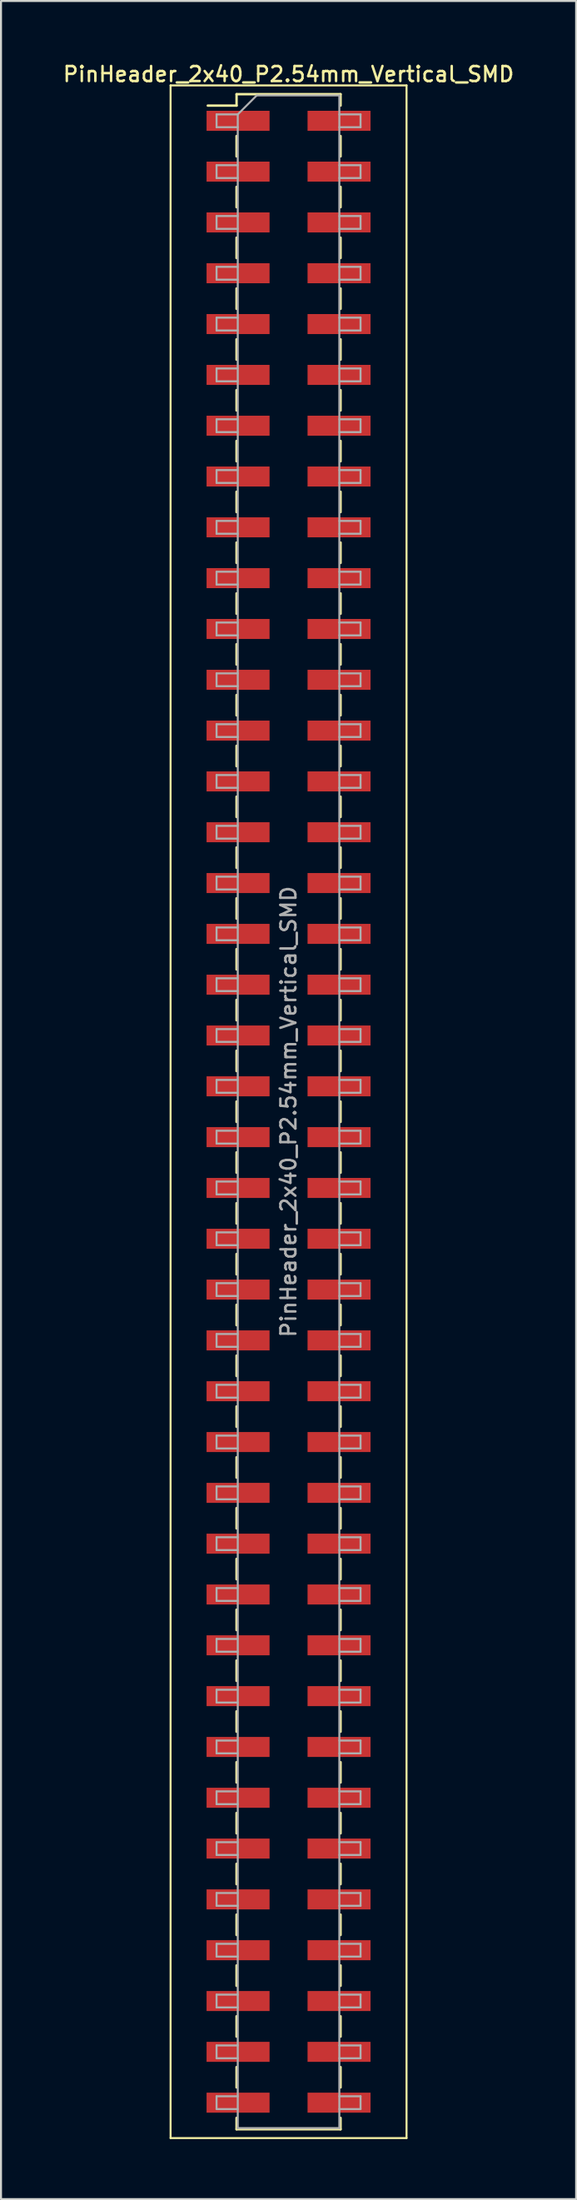
<source format=kicad_pcb>
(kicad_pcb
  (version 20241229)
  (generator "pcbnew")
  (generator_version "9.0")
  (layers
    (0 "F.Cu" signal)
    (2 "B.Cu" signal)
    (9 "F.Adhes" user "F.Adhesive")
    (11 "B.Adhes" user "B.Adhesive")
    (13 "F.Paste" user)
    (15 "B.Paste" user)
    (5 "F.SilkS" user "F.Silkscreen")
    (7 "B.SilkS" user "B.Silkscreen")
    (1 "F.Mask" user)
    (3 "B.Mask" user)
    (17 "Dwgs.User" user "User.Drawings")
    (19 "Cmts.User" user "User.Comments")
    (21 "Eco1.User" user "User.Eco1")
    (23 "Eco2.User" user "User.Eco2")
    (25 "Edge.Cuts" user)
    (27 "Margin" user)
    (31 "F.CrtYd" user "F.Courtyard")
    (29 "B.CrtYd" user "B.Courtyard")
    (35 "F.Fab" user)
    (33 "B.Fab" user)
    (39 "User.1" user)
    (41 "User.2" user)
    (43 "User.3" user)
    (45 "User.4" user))
  (footprint "PinHeader_2x40_P2.54mm_Vertical_SMD"
    (layer "F.Cu")
    (at 11.38 52.518)
    (property "Reference" "PinHeader_2x40_P2.54mm_Vertical_SMD" (at 0 -51.86 0) (layer "F.SilkS") (effects (font (size 0.75 0.75) (thickness 0.125))))
    (attr smd)
    (fp_line (start -5.9 -51.3) (end -5.9 51.3) (stroke (width 0.1) (type solid)) (layer "F.SilkS"))
    (fp_line (start -5.9 51.3) (end 5.9 51.3) (stroke (width 0.1) (type solid)) (layer "F.SilkS"))
    (fp_line (start -4.04 -50.29) (end -2.6 -50.29) (stroke (width 0.12) (type solid)) (layer "F.SilkS"))
    (fp_line (start -2.6 -50.86) (end -2.6 -50.29) (stroke (width 0.12) (type solid)) (layer "F.SilkS"))
    (fp_line (start -2.6 -50.86) (end 2.6 -50.86) (stroke (width 0.12) (type solid)) (layer "F.SilkS"))
    (fp_line (start -2.6 -48.77) (end -2.6 -47.75) (stroke (width 0.12) (type solid)) (layer "F.SilkS"))
    (fp_line (start -2.6 -46.23) (end -2.6 -45.21) (stroke (width 0.12) (type solid)) (layer "F.SilkS"))
    (fp_line (start -2.6 -43.69) (end -2.6 -42.67) (stroke (width 0.12) (type solid)) (layer "F.SilkS"))
    (fp_line (start -2.6 -41.15) (end -2.6 -40.13) (stroke (width 0.12) (type solid)) (layer "F.SilkS"))
    (fp_line (start -2.6 -38.61) (end -2.6 -37.59) (stroke (width 0.12) (type solid)) (layer "F.SilkS"))
    (fp_line (start -2.6 -36.07) (end -2.6 -35.05) (stroke (width 0.12) (type solid)) (layer "F.SilkS"))
    (fp_line (start -2.6 -33.53) (end -2.6 -32.51) (stroke (width 0.12) (type solid)) (layer "F.SilkS"))
    (fp_line (start -2.6 -30.99) (end -2.6 -29.97) (stroke (width 0.12) (type solid)) (layer "F.SilkS"))
    (fp_line (start -2.6 -28.45) (end -2.6 -27.43) (stroke (width 0.12) (type solid)) (layer "F.SilkS"))
    (fp_line (start -2.6 -25.91) (end -2.6 -24.89) (stroke (width 0.12) (type solid)) (layer "F.SilkS"))
    (fp_line (start -2.6 -23.37) (end -2.6 -22.35) (stroke (width 0.12) (type solid)) (layer "F.SilkS"))
    (fp_line (start -2.6 -20.83) (end -2.6 -19.81) (stroke (width 0.12) (type solid)) (layer "F.SilkS"))
    (fp_line (start -2.6 -18.29) (end -2.6 -17.27) (stroke (width 0.12) (type solid)) (layer "F.SilkS"))
    (fp_line (start -2.6 -15.75) (end -2.6 -14.73) (stroke (width 0.12) (type solid)) (layer "F.SilkS"))
    (fp_line (start -2.6 -13.21) (end -2.6 -12.19) (stroke (width 0.12) (type solid)) (layer "F.SilkS"))
    (fp_line (start -2.6 -10.67) (end -2.6 -9.65) (stroke (width 0.12) (type solid)) (layer "F.SilkS"))
    (fp_line (start -2.6 -8.13) (end -2.6 -7.11) (stroke (width 0.12) (type solid)) (layer "F.SilkS"))
    (fp_line (start -2.6 -5.59) (end -2.6 -4.57) (stroke (width 0.12) (type solid)) (layer "F.SilkS"))
    (fp_line (start -2.6 -3.05) (end -2.6 -2.03) (stroke (width 0.12) (type solid)) (layer "F.SilkS"))
    (fp_line (start -2.6 -0.51) (end -2.6 0.51) (stroke (width 0.12) (type solid)) (layer "F.SilkS"))
    (fp_line (start -2.6 2.03) (end -2.6 3.05) (stroke (width 0.12) (type solid)) (layer "F.SilkS"))
    (fp_line (start -2.6 4.57) (end -2.6 5.59) (stroke (width 0.12) (type solid)) (layer "F.SilkS"))
    (fp_line (start -2.6 7.11) (end -2.6 8.13) (stroke (width 0.12) (type solid)) (layer "F.SilkS"))
    (fp_line (start -2.6 9.65) (end -2.6 10.67) (stroke (width 0.12) (type solid)) (layer "F.SilkS"))
    (fp_line (start -2.6 12.19) (end -2.6 13.21) (stroke (width 0.12) (type solid)) (layer "F.SilkS"))
    (fp_line (start -2.6 14.73) (end -2.6 15.75) (stroke (width 0.12) (type solid)) (layer "F.SilkS"))
    (fp_line (start -2.6 17.27) (end -2.6 18.29) (stroke (width 0.12) (type solid)) (layer "F.SilkS"))
    (fp_line (start -2.6 19.81) (end -2.6 20.83) (stroke (width 0.12) (type solid)) (layer "F.SilkS"))
    (fp_line (start -2.6 22.35) (end -2.6 23.37) (stroke (width 0.12) (type solid)) (layer "F.SilkS"))
    (fp_line (start -2.6 24.89) (end -2.6 25.91) (stroke (width 0.12) (type solid)) (layer "F.SilkS"))
    (fp_line (start -2.6 27.43) (end -2.6 28.45) (stroke (width 0.12) (type solid)) (layer "F.SilkS"))
    (fp_line (start -2.6 29.97) (end -2.6 30.99) (stroke (width 0.12) (type solid)) (layer "F.SilkS"))
    (fp_line (start -2.6 32.51) (end -2.6 33.53) (stroke (width 0.12) (type solid)) (layer "F.SilkS"))
    (fp_line (start -2.6 35.05) (end -2.6 36.07) (stroke (width 0.12) (type solid)) (layer "F.SilkS"))
    (fp_line (start -2.6 37.59) (end -2.6 38.61) (stroke (width 0.12) (type solid)) (layer "F.SilkS"))
    (fp_line (start -2.6 40.13) (end -2.6 41.15) (stroke (width 0.12) (type solid)) (layer "F.SilkS"))
    (fp_line (start -2.6 42.67) (end -2.6 43.69) (stroke (width 0.12) (type solid)) (layer "F.SilkS"))
    (fp_line (start -2.6 45.21) (end -2.6 46.23) (stroke (width 0.12) (type solid)) (layer "F.SilkS"))
    (fp_line (start -2.6 47.75) (end -2.6 48.77) (stroke (width 0.12) (type solid)) (layer "F.SilkS"))
    (fp_line (start -2.6 50.29) (end -2.6 50.86) (stroke (width 0.12) (type solid)) (layer "F.SilkS"))
    (fp_line (start -2.6 50.86) (end 2.6 50.86) (stroke (width 0.12) (type solid)) (layer "F.SilkS"))
    (fp_line (start 2.6 -50.86) (end 2.6 -50.29) (stroke (width 0.12) (type solid)) (layer "F.SilkS"))
    (fp_line (start 2.6 -48.77) (end 2.6 -47.75) (stroke (width 0.12) (type solid)) (layer "F.SilkS"))
    (fp_line (start 2.6 -46.23) (end 2.6 -45.21) (stroke (width 0.12) (type solid)) (layer "F.SilkS"))
    (fp_line (start 2.6 -43.69) (end 2.6 -42.67) (stroke (width 0.12) (type solid)) (layer "F.SilkS"))
    (fp_line (start 2.6 -41.15) (end 2.6 -40.13) (stroke (width 0.12) (type solid)) (layer "F.SilkS"))
    (fp_line (start 2.6 -38.61) (end 2.6 -37.59) (stroke (width 0.12) (type solid)) (layer "F.SilkS"))
    (fp_line (start 2.6 -36.07) (end 2.6 -35.05) (stroke (width 0.12) (type solid)) (layer "F.SilkS"))
    (fp_line (start 2.6 -33.53) (end 2.6 -32.51) (stroke (width 0.12) (type solid)) (layer "F.SilkS"))
    (fp_line (start 2.6 -30.99) (end 2.6 -29.97) (stroke (width 0.12) (type solid)) (layer "F.SilkS"))
    (fp_line (start 2.6 -28.45) (end 2.6 -27.43) (stroke (width 0.12) (type solid)) (layer "F.SilkS"))
    (fp_line (start 2.6 -25.91) (end 2.6 -24.89) (stroke (width 0.12) (type solid)) (layer "F.SilkS"))
    (fp_line (start 2.6 -23.37) (end 2.6 -22.35) (stroke (width 0.12) (type solid)) (layer "F.SilkS"))
    (fp_line (start 2.6 -20.83) (end 2.6 -19.81) (stroke (width 0.12) (type solid)) (layer "F.SilkS"))
    (fp_line (start 2.6 -18.29) (end 2.6 -17.27) (stroke (width 0.12) (type solid)) (layer "F.SilkS"))
    (fp_line (start 2.6 -15.75) (end 2.6 -14.73) (stroke (width 0.12) (type solid)) (layer "F.SilkS"))
    (fp_line (start 2.6 -13.21) (end 2.6 -12.19) (stroke (width 0.12) (type solid)) (layer "F.SilkS"))
    (fp_line (start 2.6 -10.67) (end 2.6 -9.65) (stroke (width 0.12) (type solid)) (layer "F.SilkS"))
    (fp_line (start 2.6 -8.13) (end 2.6 -7.11) (stroke (width 0.12) (type solid)) (layer "F.SilkS"))
    (fp_line (start 2.6 -5.59) (end 2.6 -4.57) (stroke (width 0.12) (type solid)) (layer "F.SilkS"))
    (fp_line (start 2.6 -3.05) (end 2.6 -2.03) (stroke (width 0.12) (type solid)) (layer "F.SilkS"))
    (fp_line (start 2.6 -0.51) (end 2.6 0.51) (stroke (width 0.12) (type solid)) (layer "F.SilkS"))
    (fp_line (start 2.6 2.03) (end 2.6 3.05) (stroke (width 0.12) (type solid)) (layer "F.SilkS"))
    (fp_line (start 2.6 4.57) (end 2.6 5.59) (stroke (width 0.12) (type solid)) (layer "F.SilkS"))
    (fp_line (start 2.6 7.11) (end 2.6 8.13) (stroke (width 0.12) (type solid)) (layer "F.SilkS"))
    (fp_line (start 2.6 9.65) (end 2.6 10.67) (stroke (width 0.12) (type solid)) (layer "F.SilkS"))
    (fp_line (start 2.6 12.19) (end 2.6 13.21) (stroke (width 0.12) (type solid)) (layer "F.SilkS"))
    (fp_line (start 2.6 14.73) (end 2.6 15.75) (stroke (width 0.12) (type solid)) (layer "F.SilkS"))
    (fp_line (start 2.6 17.27) (end 2.6 18.29) (stroke (width 0.12) (type solid)) (layer "F.SilkS"))
    (fp_line (start 2.6 19.81) (end 2.6 20.83) (stroke (width 0.12) (type solid)) (layer "F.SilkS"))
    (fp_line (start 2.6 22.35) (end 2.6 23.37) (stroke (width 0.12) (type solid)) (layer "F.SilkS"))
    (fp_line (start 2.6 24.89) (end 2.6 25.91) (stroke (width 0.12) (type solid)) (layer "F.SilkS"))
    (fp_line (start 2.6 27.43) (end 2.6 28.45) (stroke (width 0.12) (type solid)) (layer "F.SilkS"))
    (fp_line (start 2.6 29.97) (end 2.6 30.99) (stroke (width 0.12) (type solid)) (layer "F.SilkS"))
    (fp_line (start 2.6 32.51) (end 2.6 33.53) (stroke (width 0.12) (type solid)) (layer "F.SilkS"))
    (fp_line (start 2.6 35.05) (end 2.6 36.07) (stroke (width 0.12) (type solid)) (layer "F.SilkS"))
    (fp_line (start 2.6 37.59) (end 2.6 38.61) (stroke (width 0.12) (type solid)) (layer "F.SilkS"))
    (fp_line (start 2.6 40.13) (end 2.6 41.15) (stroke (width 0.12) (type solid)) (layer "F.SilkS"))
    (fp_line (start 2.6 42.67) (end 2.6 43.69) (stroke (width 0.12) (type solid)) (layer "F.SilkS"))
    (fp_line (start 2.6 45.21) (end 2.6 46.23) (stroke (width 0.12) (type solid)) (layer "F.SilkS"))
    (fp_line (start 2.6 47.75) (end 2.6 48.77) (stroke (width 0.12) (type solid)) (layer "F.SilkS"))
    (fp_line (start 2.6 50.29) (end 2.6 50.86) (stroke (width 0.12) (type solid)) (layer "F.SilkS"))
    (fp_line (start 5.9 -51.3) (end -5.9 -51.3) (stroke (width 0.1) (type solid)) (layer "F.SilkS"))
    (fp_line (start 5.9 51.3) (end 5.9 -51.3) (stroke (width 0.1) (type solid)) (layer "F.SilkS"))
    (fp_line (start -3.6 -49.85) (end -3.6 -49.21) (stroke (width 0.1) (type solid)) (layer "F.Fab"))
    (fp_line (start -3.6 -49.21) (end -2.54 -49.21) (stroke (width 0.1) (type solid)) (layer "F.Fab"))
    (fp_line (start -3.6 -47.31) (end -3.6 -46.67) (stroke (width 0.1) (type solid)) (layer "F.Fab"))
    (fp_line (start -3.6 -46.67) (end -2.54 -46.67) (stroke (width 0.1) (type solid)) (layer "F.Fab"))
    (fp_line (start -3.6 -44.77) (end -3.6 -44.13) (stroke (width 0.1) (type solid)) (layer "F.Fab"))
    (fp_line (start -3.6 -44.13) (end -2.54 -44.13) (stroke (width 0.1) (type solid)) (layer "F.Fab"))
    (fp_line (start -3.6 -42.23) (end -3.6 -41.59) (stroke (width 0.1) (type solid)) (layer "F.Fab"))
    (fp_line (start -3.6 -41.59) (end -2.54 -41.59) (stroke (width 0.1) (type solid)) (layer "F.Fab"))
    (fp_line (start -3.6 -39.69) (end -3.6 -39.05) (stroke (width 0.1) (type solid)) (layer "F.Fab"))
    (fp_line (start -3.6 -39.05) (end -2.54 -39.05) (stroke (width 0.1) (type solid)) (layer "F.Fab"))
    (fp_line (start -3.6 -37.15) (end -3.6 -36.51) (stroke (width 0.1) (type solid)) (layer "F.Fab"))
    (fp_line (start -3.6 -36.51) (end -2.54 -36.51) (stroke (width 0.1) (type solid)) (layer "F.Fab"))
    (fp_line (start -3.6 -34.61) (end -3.6 -33.97) (stroke (width 0.1) (type solid)) (layer "F.Fab"))
    (fp_line (start -3.6 -33.97) (end -2.54 -33.97) (stroke (width 0.1) (type solid)) (layer "F.Fab"))
    (fp_line (start -3.6 -32.07) (end -3.6 -31.43) (stroke (width 0.1) (type solid)) (layer "F.Fab"))
    (fp_line (start -3.6 -31.43) (end -2.54 -31.43) (stroke (width 0.1) (type solid)) (layer "F.Fab"))
    (fp_line (start -3.6 -29.53) (end -3.6 -28.89) (stroke (width 0.1) (type solid)) (layer "F.Fab"))
    (fp_line (start -3.6 -28.89) (end -2.54 -28.89) (stroke (width 0.1) (type solid)) (layer "F.Fab"))
    (fp_line (start -3.6 -26.99) (end -3.6 -26.35) (stroke (width 0.1) (type solid)) (layer "F.Fab"))
    (fp_line (start -3.6 -26.35) (end -2.54 -26.35) (stroke (width 0.1) (type solid)) (layer "F.Fab"))
    (fp_line (start -3.6 -24.45) (end -3.6 -23.81) (stroke (width 0.1) (type solid)) (layer "F.Fab"))
    (fp_line (start -3.6 -23.81) (end -2.54 -23.81) (stroke (width 0.1) (type solid)) (layer "F.Fab"))
    (fp_line (start -3.6 -21.91) (end -3.6 -21.27) (stroke (width 0.1) (type solid)) (layer "F.Fab"))
    (fp_line (start -3.6 -21.27) (end -2.54 -21.27) (stroke (width 0.1) (type solid)) (layer "F.Fab"))
    (fp_line (start -3.6 -19.37) (end -3.6 -18.73) (stroke (width 0.1) (type solid)) (layer "F.Fab"))
    (fp_line (start -3.6 -18.73) (end -2.54 -18.73) (stroke (width 0.1) (type solid)) (layer "F.Fab"))
    (fp_line (start -3.6 -16.83) (end -3.6 -16.19) (stroke (width 0.1) (type solid)) (layer "F.Fab"))
    (fp_line (start -3.6 -16.19) (end -2.54 -16.19) (stroke (width 0.1) (type solid)) (layer "F.Fab"))
    (fp_line (start -3.6 -14.29) (end -3.6 -13.65) (stroke (width 0.1) (type solid)) (layer "F.Fab"))
    (fp_line (start -3.6 -13.65) (end -2.54 -13.65) (stroke (width 0.1) (type solid)) (layer "F.Fab"))
    (fp_line (start -3.6 -11.75) (end -3.6 -11.11) (stroke (width 0.1) (type solid)) (layer "F.Fab"))
    (fp_line (start -3.6 -11.11) (end -2.54 -11.11) (stroke (width 0.1) (type solid)) (layer "F.Fab"))
    (fp_line (start -3.6 -9.21) (end -3.6 -8.57) (stroke (width 0.1) (type solid)) (layer "F.Fab"))
    (fp_line (start -3.6 -8.57) (end -2.54 -8.57) (stroke (width 0.1) (type solid)) (layer "F.Fab"))
    (fp_line (start -3.6 -6.67) (end -3.6 -6.03) (stroke (width 0.1) (type solid)) (layer "F.Fab"))
    (fp_line (start -3.6 -6.03) (end -2.54 -6.03) (stroke (width 0.1) (type solid)) (layer "F.Fab"))
    (fp_line (start -3.6 -4.13) (end -3.6 -3.49) (stroke (width 0.1) (type solid)) (layer "F.Fab"))
    (fp_line (start -3.6 -3.49) (end -2.54 -3.49) (stroke (width 0.1) (type solid)) (layer "F.Fab"))
    (fp_line (start -3.6 -1.59) (end -3.6 -0.95) (stroke (width 0.1) (type solid)) (layer "F.Fab"))
    (fp_line (start -3.6 -0.95) (end -2.54 -0.95) (stroke (width 0.1) (type solid)) (layer "F.Fab"))
    (fp_line (start -3.6 0.95) (end -3.6 1.59) (stroke (width 0.1) (type solid)) (layer "F.Fab"))
    (fp_line (start -3.6 1.59) (end -2.54 1.59) (stroke (width 0.1) (type solid)) (layer "F.Fab"))
    (fp_line (start -3.6 3.49) (end -3.6 4.13) (stroke (width 0.1) (type solid)) (layer "F.Fab"))
    (fp_line (start -3.6 4.13) (end -2.54 4.13) (stroke (width 0.1) (type solid)) (layer "F.Fab"))
    (fp_line (start -3.6 6.03) (end -3.6 6.67) (stroke (width 0.1) (type solid)) (layer "F.Fab"))
    (fp_line (start -3.6 6.67) (end -2.54 6.67) (stroke (width 0.1) (type solid)) (layer "F.Fab"))
    (fp_line (start -3.6 8.57) (end -3.6 9.21) (stroke (width 0.1) (type solid)) (layer "F.Fab"))
    (fp_line (start -3.6 9.21) (end -2.54 9.21) (stroke (width 0.1) (type solid)) (layer "F.Fab"))
    (fp_line (start -3.6 11.11) (end -3.6 11.75) (stroke (width 0.1) (type solid)) (layer "F.Fab"))
    (fp_line (start -3.6 11.75) (end -2.54 11.75) (stroke (width 0.1) (type solid)) (layer "F.Fab"))
    (fp_line (start -3.6 13.65) (end -3.6 14.29) (stroke (width 0.1) (type solid)) (layer "F.Fab"))
    (fp_line (start -3.6 14.29) (end -2.54 14.29) (stroke (width 0.1) (type solid)) (layer "F.Fab"))
    (fp_line (start -3.6 16.19) (end -3.6 16.83) (stroke (width 0.1) (type solid)) (layer "F.Fab"))
    (fp_line (start -3.6 16.83) (end -2.54 16.83) (stroke (width 0.1) (type solid)) (layer "F.Fab"))
    (fp_line (start -3.6 18.73) (end -3.6 19.37) (stroke (width 0.1) (type solid)) (layer "F.Fab"))
    (fp_line (start -3.6 19.37) (end -2.54 19.37) (stroke (width 0.1) (type solid)) (layer "F.Fab"))
    (fp_line (start -3.6 21.27) (end -3.6 21.91) (stroke (width 0.1) (type solid)) (layer "F.Fab"))
    (fp_line (start -3.6 21.91) (end -2.54 21.91) (stroke (width 0.1) (type solid)) (layer "F.Fab"))
    (fp_line (start -3.6 23.81) (end -3.6 24.45) (stroke (width 0.1) (type solid)) (layer "F.Fab"))
    (fp_line (start -3.6 24.45) (end -2.54 24.45) (stroke (width 0.1) (type solid)) (layer "F.Fab"))
    (fp_line (start -3.6 26.35) (end -3.6 26.99) (stroke (width 0.1) (type solid)) (layer "F.Fab"))
    (fp_line (start -3.6 26.99) (end -2.54 26.99) (stroke (width 0.1) (type solid)) (layer "F.Fab"))
    (fp_line (start -3.6 28.89) (end -3.6 29.53) (stroke (width 0.1) (type solid)) (layer "F.Fab"))
    (fp_line (start -3.6 29.53) (end -2.54 29.53) (stroke (width 0.1) (type solid)) (layer "F.Fab"))
    (fp_line (start -3.6 31.43) (end -3.6 32.07) (stroke (width 0.1) (type solid)) (layer "F.Fab"))
    (fp_line (start -3.6 32.07) (end -2.54 32.07) (stroke (width 0.1) (type solid)) (layer "F.Fab"))
    (fp_line (start -3.6 33.97) (end -3.6 34.61) (stroke (width 0.1) (type solid)) (layer "F.Fab"))
    (fp_line (start -3.6 34.61) (end -2.54 34.61) (stroke (width 0.1) (type solid)) (layer "F.Fab"))
    (fp_line (start -3.6 36.51) (end -3.6 37.15) (stroke (width 0.1) (type solid)) (layer "F.Fab"))
    (fp_line (start -3.6 37.15) (end -2.54 37.15) (stroke (width 0.1) (type solid)) (layer "F.Fab"))
    (fp_line (start -3.6 39.05) (end -3.6 39.69) (stroke (width 0.1) (type solid)) (layer "F.Fab"))
    (fp_line (start -3.6 39.69) (end -2.54 39.69) (stroke (width 0.1) (type solid)) (layer "F.Fab"))
    (fp_line (start -3.6 41.59) (end -3.6 42.23) (stroke (width 0.1) (type solid)) (layer "F.Fab"))
    (fp_line (start -3.6 42.23) (end -2.54 42.23) (stroke (width 0.1) (type solid)) (layer "F.Fab"))
    (fp_line (start -3.6 44.13) (end -3.6 44.77) (stroke (width 0.1) (type solid)) (layer "F.Fab"))
    (fp_line (start -3.6 44.77) (end -2.54 44.77) (stroke (width 0.1) (type solid)) (layer "F.Fab"))
    (fp_line (start -3.6 46.67) (end -3.6 47.31) (stroke (width 0.1) (type solid)) (layer "F.Fab"))
    (fp_line (start -3.6 47.31) (end -2.54 47.31) (stroke (width 0.1) (type solid)) (layer "F.Fab"))
    (fp_line (start -3.6 49.21) (end -3.6 49.85) (stroke (width 0.1) (type solid)) (layer "F.Fab"))
    (fp_line (start -3.6 49.85) (end -2.54 49.85) (stroke (width 0.1) (type solid)) (layer "F.Fab"))
    (fp_line (start -2.54 -49.85) (end -3.6 -49.85) (stroke (width 0.1) (type solid)) (layer "F.Fab"))
    (fp_line (start -2.54 -49.85) (end -1.59 -50.8) (stroke (width 0.1) (type solid)) (layer "F.Fab"))
    (fp_line (start -2.54 -47.31) (end -3.6 -47.31) (stroke (width 0.1) (type solid)) (layer "F.Fab"))
    (fp_line (start -2.54 -44.77) (end -3.6 -44.77) (stroke (width 0.1) (type solid)) (layer "F.Fab"))
    (fp_line (start -2.54 -42.23) (end -3.6 -42.23) (stroke (width 0.1) (type solid)) (layer "F.Fab"))
    (fp_line (start -2.54 -39.69) (end -3.6 -39.69) (stroke (width 0.1) (type solid)) (layer "F.Fab"))
    (fp_line (start -2.54 -37.15) (end -3.6 -37.15) (stroke (width 0.1) (type solid)) (layer "F.Fab"))
    (fp_line (start -2.54 -34.61) (end -3.6 -34.61) (stroke (width 0.1) (type solid)) (layer "F.Fab"))
    (fp_line (start -2.54 -32.07) (end -3.6 -32.07) (stroke (width 0.1) (type solid)) (layer "F.Fab"))
    (fp_line (start -2.54 -29.53) (end -3.6 -29.53) (stroke (width 0.1) (type solid)) (layer "F.Fab"))
    (fp_line (start -2.54 -26.99) (end -3.6 -26.99) (stroke (width 0.1) (type solid)) (layer "F.Fab"))
    (fp_line (start -2.54 -24.45) (end -3.6 -24.45) (stroke (width 0.1) (type solid)) (layer "F.Fab"))
    (fp_line (start -2.54 -21.91) (end -3.6 -21.91) (stroke (width 0.1) (type solid)) (layer "F.Fab"))
    (fp_line (start -2.54 -19.37) (end -3.6 -19.37) (stroke (width 0.1) (type solid)) (layer "F.Fab"))
    (fp_line (start -2.54 -16.83) (end -3.6 -16.83) (stroke (width 0.1) (type solid)) (layer "F.Fab"))
    (fp_line (start -2.54 -14.29) (end -3.6 -14.29) (stroke (width 0.1) (type solid)) (layer "F.Fab"))
    (fp_line (start -2.54 -11.75) (end -3.6 -11.75) (stroke (width 0.1) (type solid)) (layer "F.Fab"))
    (fp_line (start -2.54 -9.21) (end -3.6 -9.21) (stroke (width 0.1) (type solid)) (layer "F.Fab"))
    (fp_line (start -2.54 -6.67) (end -3.6 -6.67) (stroke (width 0.1) (type solid)) (layer "F.Fab"))
    (fp_line (start -2.54 -4.13) (end -3.6 -4.13) (stroke (width 0.1) (type solid)) (layer "F.Fab"))
    (fp_line (start -2.54 -1.59) (end -3.6 -1.59) (stroke (width 0.1) (type solid)) (layer "F.Fab"))
    (fp_line (start -2.54 0.95) (end -3.6 0.95) (stroke (width 0.1) (type solid)) (layer "F.Fab"))
    (fp_line (start -2.54 3.49) (end -3.6 3.49) (stroke (width 0.1) (type solid)) (layer "F.Fab"))
    (fp_line (start -2.54 6.03) (end -3.6 6.03) (stroke (width 0.1) (type solid)) (layer "F.Fab"))
    (fp_line (start -2.54 8.57) (end -3.6 8.57) (stroke (width 0.1) (type solid)) (layer "F.Fab"))
    (fp_line (start -2.54 11.11) (end -3.6 11.11) (stroke (width 0.1) (type solid)) (layer "F.Fab"))
    (fp_line (start -2.54 13.65) (end -3.6 13.65) (stroke (width 0.1) (type solid)) (layer "F.Fab"))
    (fp_line (start -2.54 16.19) (end -3.6 16.19) (stroke (width 0.1) (type solid)) (layer "F.Fab"))
    (fp_line (start -2.54 18.73) (end -3.6 18.73) (stroke (width 0.1) (type solid)) (layer "F.Fab"))
    (fp_line (start -2.54 21.27) (end -3.6 21.27) (stroke (width 0.1) (type solid)) (layer "F.Fab"))
    (fp_line (start -2.54 23.81) (end -3.6 23.81) (stroke (width 0.1) (type solid)) (layer "F.Fab"))
    (fp_line (start -2.54 26.35) (end -3.6 26.35) (stroke (width 0.1) (type solid)) (layer "F.Fab"))
    (fp_line (start -2.54 28.89) (end -3.6 28.89) (stroke (width 0.1) (type solid)) (layer "F.Fab"))
    (fp_line (start -2.54 31.43) (end -3.6 31.43) (stroke (width 0.1) (type solid)) (layer "F.Fab"))
    (fp_line (start -2.54 33.97) (end -3.6 33.97) (stroke (width 0.1) (type solid)) (layer "F.Fab"))
    (fp_line (start -2.54 36.51) (end -3.6 36.51) (stroke (width 0.1) (type solid)) (layer "F.Fab"))
    (fp_line (start -2.54 39.05) (end -3.6 39.05) (stroke (width 0.1) (type solid)) (layer "F.Fab"))
    (fp_line (start -2.54 41.59) (end -3.6 41.59) (stroke (width 0.1) (type solid)) (layer "F.Fab"))
    (fp_line (start -2.54 44.13) (end -3.6 44.13) (stroke (width 0.1) (type solid)) (layer "F.Fab"))
    (fp_line (start -2.54 46.67) (end -3.6 46.67) (stroke (width 0.1) (type solid)) (layer "F.Fab"))
    (fp_line (start -2.54 49.21) (end -3.6 49.21) (stroke (width 0.1) (type solid)) (layer "F.Fab"))
    (fp_line (start -2.54 50.8) (end -2.54 -49.85) (stroke (width 0.1) (type solid)) (layer "F.Fab"))
    (fp_line (start -1.59 -50.8) (end 2.54 -50.8) (stroke (width 0.1) (type solid)) (layer "F.Fab"))
    (fp_line (start 2.54 -50.8) (end 2.54 50.8) (stroke (width 0.1) (type solid)) (layer "F.Fab"))
    (fp_line (start 2.54 -49.85) (end 3.6 -49.85) (stroke (width 0.1) (type solid)) (layer "F.Fab"))
    (fp_line (start 2.54 -47.31) (end 3.6 -47.31) (stroke (width 0.1) (type solid)) (layer "F.Fab"))
    (fp_line (start 2.54 -44.77) (end 3.6 -44.77) (stroke (width 0.1) (type solid)) (layer "F.Fab"))
    (fp_line (start 2.54 -42.23) (end 3.6 -42.23) (stroke (width 0.1) (type solid)) (layer "F.Fab"))
    (fp_line (start 2.54 -39.69) (end 3.6 -39.69) (stroke (width 0.1) (type solid)) (layer "F.Fab"))
    (fp_line (start 2.54 -37.15) (end 3.6 -37.15) (stroke (width 0.1) (type solid)) (layer "F.Fab"))
    (fp_line (start 2.54 -34.61) (end 3.6 -34.61) (stroke (width 0.1) (type solid)) (layer "F.Fab"))
    (fp_line (start 2.54 -32.07) (end 3.6 -32.07) (stroke (width 0.1) (type solid)) (layer "F.Fab"))
    (fp_line (start 2.54 -29.53) (end 3.6 -29.53) (stroke (width 0.1) (type solid)) (layer "F.Fab"))
    (fp_line (start 2.54 -26.99) (end 3.6 -26.99) (stroke (width 0.1) (type solid)) (layer "F.Fab"))
    (fp_line (start 2.54 -24.45) (end 3.6 -24.45) (stroke (width 0.1) (type solid)) (layer "F.Fab"))
    (fp_line (start 2.54 -21.91) (end 3.6 -21.91) (stroke (width 0.1) (type solid)) (layer "F.Fab"))
    (fp_line (start 2.54 -19.37) (end 3.6 -19.37) (stroke (width 0.1) (type solid)) (layer "F.Fab"))
    (fp_line (start 2.54 -16.83) (end 3.6 -16.83) (stroke (width 0.1) (type solid)) (layer "F.Fab"))
    (fp_line (start 2.54 -14.29) (end 3.6 -14.29) (stroke (width 0.1) (type solid)) (layer "F.Fab"))
    (fp_line (start 2.54 -11.75) (end 3.6 -11.75) (stroke (width 0.1) (type solid)) (layer "F.Fab"))
    (fp_line (start 2.54 -9.21) (end 3.6 -9.21) (stroke (width 0.1) (type solid)) (layer "F.Fab"))
    (fp_line (start 2.54 -6.67) (end 3.6 -6.67) (stroke (width 0.1) (type solid)) (layer "F.Fab"))
    (fp_line (start 2.54 -4.13) (end 3.6 -4.13) (stroke (width 0.1) (type solid)) (layer "F.Fab"))
    (fp_line (start 2.54 -1.59) (end 3.6 -1.59) (stroke (width 0.1) (type solid)) (layer "F.Fab"))
    (fp_line (start 2.54 0.95) (end 3.6 0.95) (stroke (width 0.1) (type solid)) (layer "F.Fab"))
    (fp_line (start 2.54 3.49) (end 3.6 3.49) (stroke (width 0.1) (type solid)) (layer "F.Fab"))
    (fp_line (start 2.54 6.03) (end 3.6 6.03) (stroke (width 0.1) (type solid)) (layer "F.Fab"))
    (fp_line (start 2.54 8.57) (end 3.6 8.57) (stroke (width 0.1) (type solid)) (layer "F.Fab"))
    (fp_line (start 2.54 11.11) (end 3.6 11.11) (stroke (width 0.1) (type solid)) (layer "F.Fab"))
    (fp_line (start 2.54 13.65) (end 3.6 13.65) (stroke (width 0.1) (type solid)) (layer "F.Fab"))
    (fp_line (start 2.54 16.19) (end 3.6 16.19) (stroke (width 0.1) (type solid)) (layer "F.Fab"))
    (fp_line (start 2.54 18.73) (end 3.6 18.73) (stroke (width 0.1) (type solid)) (layer "F.Fab"))
    (fp_line (start 2.54 21.27) (end 3.6 21.27) (stroke (width 0.1) (type solid)) (layer "F.Fab"))
    (fp_line (start 2.54 23.81) (end 3.6 23.81) (stroke (width 0.1) (type solid)) (layer "F.Fab"))
    (fp_line (start 2.54 26.35) (end 3.6 26.35) (stroke (width 0.1) (type solid)) (layer "F.Fab"))
    (fp_line (start 2.54 28.89) (end 3.6 28.89) (stroke (width 0.1) (type solid)) (layer "F.Fab"))
    (fp_line (start 2.54 31.43) (end 3.6 31.43) (stroke (width 0.1) (type solid)) (layer "F.Fab"))
    (fp_line (start 2.54 33.97) (end 3.6 33.97) (stroke (width 0.1) (type solid)) (layer "F.Fab"))
    (fp_line (start 2.54 36.51) (end 3.6 36.51) (stroke (width 0.1) (type solid)) (layer "F.Fab"))
    (fp_line (start 2.54 39.05) (end 3.6 39.05) (stroke (width 0.1) (type solid)) (layer "F.Fab"))
    (fp_line (start 2.54 41.59) (end 3.6 41.59) (stroke (width 0.1) (type solid)) (layer "F.Fab"))
    (fp_line (start 2.54 44.13) (end 3.6 44.13) (stroke (width 0.1) (type solid)) (layer "F.Fab"))
    (fp_line (start 2.54 46.67) (end 3.6 46.67) (stroke (width 0.1) (type solid)) (layer "F.Fab"))
    (fp_line (start 2.54 49.21) (end 3.6 49.21) (stroke (width 0.1) (type solid)) (layer "F.Fab"))
    (fp_line (start 2.54 50.8) (end -2.54 50.8) (stroke (width 0.1) (type solid)) (layer "F.Fab"))
    (fp_line (start 3.6 -49.85) (end 3.6 -49.21) (stroke (width 0.1) (type solid)) (layer "F.Fab"))
    (fp_line (start 3.6 -49.21) (end 2.54 -49.21) (stroke (width 0.1) (type solid)) (layer "F.Fab"))
    (fp_line (start 3.6 -47.31) (end 3.6 -46.67) (stroke (width 0.1) (type solid)) (layer "F.Fab"))
    (fp_line (start 3.6 -46.67) (end 2.54 -46.67) (stroke (width 0.1) (type solid)) (layer "F.Fab"))
    (fp_line (start 3.6 -44.77) (end 3.6 -44.13) (stroke (width 0.1) (type solid)) (layer "F.Fab"))
    (fp_line (start 3.6 -44.13) (end 2.54 -44.13) (stroke (width 0.1) (type solid)) (layer "F.Fab"))
    (fp_line (start 3.6 -42.23) (end 3.6 -41.59) (stroke (width 0.1) (type solid)) (layer "F.Fab"))
    (fp_line (start 3.6 -41.59) (end 2.54 -41.59) (stroke (width 0.1) (type solid)) (layer "F.Fab"))
    (fp_line (start 3.6 -39.69) (end 3.6 -39.05) (stroke (width 0.1) (type solid)) (layer "F.Fab"))
    (fp_line (start 3.6 -39.05) (end 2.54 -39.05) (stroke (width 0.1) (type solid)) (layer "F.Fab"))
    (fp_line (start 3.6 -37.15) (end 3.6 -36.51) (stroke (width 0.1) (type solid)) (layer "F.Fab"))
    (fp_line (start 3.6 -36.51) (end 2.54 -36.51) (stroke (width 0.1) (type solid)) (layer "F.Fab"))
    (fp_line (start 3.6 -34.61) (end 3.6 -33.97) (stroke (width 0.1) (type solid)) (layer "F.Fab"))
    (fp_line (start 3.6 -33.97) (end 2.54 -33.97) (stroke (width 0.1) (type solid)) (layer "F.Fab"))
    (fp_line (start 3.6 -32.07) (end 3.6 -31.43) (stroke (width 0.1) (type solid)) (layer "F.Fab"))
    (fp_line (start 3.6 -31.43) (end 2.54 -31.43) (stroke (width 0.1) (type solid)) (layer "F.Fab"))
    (fp_line (start 3.6 -29.53) (end 3.6 -28.89) (stroke (width 0.1) (type solid)) (layer "F.Fab"))
    (fp_line (start 3.6 -28.89) (end 2.54 -28.89) (stroke (width 0.1) (type solid)) (layer "F.Fab"))
    (fp_line (start 3.6 -26.99) (end 3.6 -26.35) (stroke (width 0.1) (type solid)) (layer "F.Fab"))
    (fp_line (start 3.6 -26.35) (end 2.54 -26.35) (stroke (width 0.1) (type solid)) (layer "F.Fab"))
    (fp_line (start 3.6 -24.45) (end 3.6 -23.81) (stroke (width 0.1) (type solid)) (layer "F.Fab"))
    (fp_line (start 3.6 -23.81) (end 2.54 -23.81) (stroke (width 0.1) (type solid)) (layer "F.Fab"))
    (fp_line (start 3.6 -21.91) (end 3.6 -21.27) (stroke (width 0.1) (type solid)) (layer "F.Fab"))
    (fp_line (start 3.6 -21.27) (end 2.54 -21.27) (stroke (width 0.1) (type solid)) (layer "F.Fab"))
    (fp_line (start 3.6 -19.37) (end 3.6 -18.73) (stroke (width 0.1) (type solid)) (layer "F.Fab"))
    (fp_line (start 3.6 -18.73) (end 2.54 -18.73) (stroke (width 0.1) (type solid)) (layer "F.Fab"))
    (fp_line (start 3.6 -16.83) (end 3.6 -16.19) (stroke (width 0.1) (type solid)) (layer "F.Fab"))
    (fp_line (start 3.6 -16.19) (end 2.54 -16.19) (stroke (width 0.1) (type solid)) (layer "F.Fab"))
    (fp_line (start 3.6 -14.29) (end 3.6 -13.65) (stroke (width 0.1) (type solid)) (layer "F.Fab"))
    (fp_line (start 3.6 -13.65) (end 2.54 -13.65) (stroke (width 0.1) (type solid)) (layer "F.Fab"))
    (fp_line (start 3.6 -11.75) (end 3.6 -11.11) (stroke (width 0.1) (type solid)) (layer "F.Fab"))
    (fp_line (start 3.6 -11.11) (end 2.54 -11.11) (stroke (width 0.1) (type solid)) (layer "F.Fab"))
    (fp_line (start 3.6 -9.21) (end 3.6 -8.57) (stroke (width 0.1) (type solid)) (layer "F.Fab"))
    (fp_line (start 3.6 -8.57) (end 2.54 -8.57) (stroke (width 0.1) (type solid)) (layer "F.Fab"))
    (fp_line (start 3.6 -6.67) (end 3.6 -6.03) (stroke (width 0.1) (type solid)) (layer "F.Fab"))
    (fp_line (start 3.6 -6.03) (end 2.54 -6.03) (stroke (width 0.1) (type solid)) (layer "F.Fab"))
    (fp_line (start 3.6 -4.13) (end 3.6 -3.49) (stroke (width 0.1) (type solid)) (layer "F.Fab"))
    (fp_line (start 3.6 -3.49) (end 2.54 -3.49) (stroke (width 0.1) (type solid)) (layer "F.Fab"))
    (fp_line (start 3.6 -1.59) (end 3.6 -0.95) (stroke (width 0.1) (type solid)) (layer "F.Fab"))
    (fp_line (start 3.6 -0.95) (end 2.54 -0.95) (stroke (width 0.1) (type solid)) (layer "F.Fab"))
    (fp_line (start 3.6 0.95) (end 3.6 1.59) (stroke (width 0.1) (type solid)) (layer "F.Fab"))
    (fp_line (start 3.6 1.59) (end 2.54 1.59) (stroke (width 0.1) (type solid)) (layer "F.Fab"))
    (fp_line (start 3.6 3.49) (end 3.6 4.13) (stroke (width 0.1) (type solid)) (layer "F.Fab"))
    (fp_line (start 3.6 4.13) (end 2.54 4.13) (stroke (width 0.1) (type solid)) (layer "F.Fab"))
    (fp_line (start 3.6 6.03) (end 3.6 6.67) (stroke (width 0.1) (type solid)) (layer "F.Fab"))
    (fp_line (start 3.6 6.67) (end 2.54 6.67) (stroke (width 0.1) (type solid)) (layer "F.Fab"))
    (fp_line (start 3.6 8.57) (end 3.6 9.21) (stroke (width 0.1) (type solid)) (layer "F.Fab"))
    (fp_line (start 3.6 9.21) (end 2.54 9.21) (stroke (width 0.1) (type solid)) (layer "F.Fab"))
    (fp_line (start 3.6 11.11) (end 3.6 11.75) (stroke (width 0.1) (type solid)) (layer "F.Fab"))
    (fp_line (start 3.6 11.75) (end 2.54 11.75) (stroke (width 0.1) (type solid)) (layer "F.Fab"))
    (fp_line (start 3.6 13.65) (end 3.6 14.29) (stroke (width 0.1) (type solid)) (layer "F.Fab"))
    (fp_line (start 3.6 14.29) (end 2.54 14.29) (stroke (width 0.1) (type solid)) (layer "F.Fab"))
    (fp_line (start 3.6 16.19) (end 3.6 16.83) (stroke (width 0.1) (type solid)) (layer "F.Fab"))
    (fp_line (start 3.6 16.83) (end 2.54 16.83) (stroke (width 0.1) (type solid)) (layer "F.Fab"))
    (fp_line (start 3.6 18.73) (end 3.6 19.37) (stroke (width 0.1) (type solid)) (layer "F.Fab"))
    (fp_line (start 3.6 19.37) (end 2.54 19.37) (stroke (width 0.1) (type solid)) (layer "F.Fab"))
    (fp_line (start 3.6 21.27) (end 3.6 21.91) (stroke (width 0.1) (type solid)) (layer "F.Fab"))
    (fp_line (start 3.6 21.91) (end 2.54 21.91) (stroke (width 0.1) (type solid)) (layer "F.Fab"))
    (fp_line (start 3.6 23.81) (end 3.6 24.45) (stroke (width 0.1) (type solid)) (layer "F.Fab"))
    (fp_line (start 3.6 24.45) (end 2.54 24.45) (stroke (width 0.1) (type solid)) (layer "F.Fab"))
    (fp_line (start 3.6 26.35) (end 3.6 26.99) (stroke (width 0.1) (type solid)) (layer "F.Fab"))
    (fp_line (start 3.6 26.99) (end 2.54 26.99) (stroke (width 0.1) (type solid)) (layer "F.Fab"))
    (fp_line (start 3.6 28.89) (end 3.6 29.53) (stroke (width 0.1) (type solid)) (layer "F.Fab"))
    (fp_line (start 3.6 29.53) (end 2.54 29.53) (stroke (width 0.1) (type solid)) (layer "F.Fab"))
    (fp_line (start 3.6 31.43) (end 3.6 32.07) (stroke (width 0.1) (type solid)) (layer "F.Fab"))
    (fp_line (start 3.6 32.07) (end 2.54 32.07) (stroke (width 0.1) (type solid)) (layer "F.Fab"))
    (fp_line (start 3.6 33.97) (end 3.6 34.61) (stroke (width 0.1) (type solid)) (layer "F.Fab"))
    (fp_line (start 3.6 34.61) (end 2.54 34.61) (stroke (width 0.1) (type solid)) (layer "F.Fab"))
    (fp_line (start 3.6 36.51) (end 3.6 37.15) (stroke (width 0.1) (type solid)) (layer "F.Fab"))
    (fp_line (start 3.6 37.15) (end 2.54 37.15) (stroke (width 0.1) (type solid)) (layer "F.Fab"))
    (fp_line (start 3.6 39.05) (end 3.6 39.69) (stroke (width 0.1) (type solid)) (layer "F.Fab"))
    (fp_line (start 3.6 39.69) (end 2.54 39.69) (stroke (width 0.1) (type solid)) (layer "F.Fab"))
    (fp_line (start 3.6 41.59) (end 3.6 42.23) (stroke (width 0.1) (type solid)) (layer "F.Fab"))
    (fp_line (start 3.6 42.23) (end 2.54 42.23) (stroke (width 0.1) (type solid)) (layer "F.Fab"))
    (fp_line (start 3.6 44.13) (end 3.6 44.77) (stroke (width 0.1) (type solid)) (layer "F.Fab"))
    (fp_line (start 3.6 44.77) (end 2.54 44.77) (stroke (width 0.1) (type solid)) (layer "F.Fab"))
    (fp_line (start 3.6 46.67) (end 3.6 47.31) (stroke (width 0.1) (type solid)) (layer "F.Fab"))
    (fp_line (start 3.6 47.31) (end 2.54 47.31) (stroke (width 0.1) (type solid)) (layer "F.Fab"))
    (fp_line (start 3.6 49.21) (end 3.6 49.85) (stroke (width 0.1) (type solid)) (layer "F.Fab"))
    (fp_line (start 3.6 49.85) (end 2.54 49.85) (stroke (width 0.1) (type solid)) (layer "F.Fab"))
    (fp_text user "${REFERENCE}" (at 0 0 90) (layer "F.Fab") (effects (font (size 0.75 0.75) (thickness 0.125))))
    (pad "1" smd rect (at -2.525 -49.53) (size 3.15 1) (layers "F.Cu" "F.Mask" "F.Paste"))
    (pad "2" smd rect (at 2.525 -49.53) (size 3.15 1) (layers "F.Cu" "F.Mask" "F.Paste"))
    (pad "3" smd rect (at -2.525 -46.99) (size 3.15 1) (layers "F.Cu" "F.Mask" "F.Paste"))
    (pad "4" smd rect (at 2.525 -46.99) (size 3.15 1) (layers "F.Cu" "F.Mask" "F.Paste"))
    (pad "5" smd rect (at -2.525 -44.45) (size 3.15 1) (layers "F.Cu" "F.Mask" "F.Paste"))
    (pad "6" smd rect (at 2.525 -44.45) (size 3.15 1) (layers "F.Cu" "F.Mask" "F.Paste"))
    (pad "7" smd rect (at -2.525 -41.91) (size 3.15 1) (layers "F.Cu" "F.Mask" "F.Paste"))
    (pad "8" smd rect (at 2.525 -41.91) (size 3.15 1) (layers "F.Cu" "F.Mask" "F.Paste"))
    (pad "9" smd rect (at -2.525 -39.37) (size 3.15 1) (layers "F.Cu" "F.Mask" "F.Paste"))
    (pad "10" smd rect (at 2.525 -39.37) (size 3.15 1) (layers "F.Cu" "F.Mask" "F.Paste"))
    (pad "11" smd rect (at -2.525 -36.83) (size 3.15 1) (layers "F.Cu" "F.Mask" "F.Paste"))
    (pad "12" smd rect (at 2.525 -36.83) (size 3.15 1) (layers "F.Cu" "F.Mask" "F.Paste"))
    (pad "13" smd rect (at -2.525 -34.29) (size 3.15 1) (layers "F.Cu" "F.Mask" "F.Paste"))
    (pad "14" smd rect (at 2.525 -34.29) (size 3.15 1) (layers "F.Cu" "F.Mask" "F.Paste"))
    (pad "15" smd rect (at -2.525 -31.75) (size 3.15 1) (layers "F.Cu" "F.Mask" "F.Paste"))
    (pad "16" smd rect (at 2.525 -31.75) (size 3.15 1) (layers "F.Cu" "F.Mask" "F.Paste"))
    (pad "17" smd rect (at -2.525 -29.21) (size 3.15 1) (layers "F.Cu" "F.Mask" "F.Paste"))
    (pad "18" smd rect (at 2.525 -29.21) (size 3.15 1) (layers "F.Cu" "F.Mask" "F.Paste"))
    (pad "19" smd rect (at -2.525 -26.67) (size 3.15 1) (layers "F.Cu" "F.Mask" "F.Paste"))
    (pad "20" smd rect (at 2.525 -26.67) (size 3.15 1) (layers "F.Cu" "F.Mask" "F.Paste"))
    (pad "21" smd rect (at -2.525 -24.13) (size 3.15 1) (layers "F.Cu" "F.Mask" "F.Paste"))
    (pad "22" smd rect (at 2.525 -24.13) (size 3.15 1) (layers "F.Cu" "F.Mask" "F.Paste"))
    (pad "23" smd rect (at -2.525 -21.59) (size 3.15 1) (layers "F.Cu" "F.Mask" "F.Paste"))
    (pad "24" smd rect (at 2.525 -21.59) (size 3.15 1) (layers "F.Cu" "F.Mask" "F.Paste"))
    (pad "25" smd rect (at -2.525 -19.05) (size 3.15 1) (layers "F.Cu" "F.Mask" "F.Paste"))
    (pad "26" smd rect (at 2.525 -19.05) (size 3.15 1) (layers "F.Cu" "F.Mask" "F.Paste"))
    (pad "27" smd rect (at -2.525 -16.51) (size 3.15 1) (layers "F.Cu" "F.Mask" "F.Paste"))
    (pad "28" smd rect (at 2.525 -16.51) (size 3.15 1) (layers "F.Cu" "F.Mask" "F.Paste"))
    (pad "29" smd rect (at -2.525 -13.97) (size 3.15 1) (layers "F.Cu" "F.Mask" "F.Paste"))
    (pad "30" smd rect (at 2.525 -13.97) (size 3.15 1) (layers "F.Cu" "F.Mask" "F.Paste"))
    (pad "31" smd rect (at -2.525 -11.43) (size 3.15 1) (layers "F.Cu" "F.Mask" "F.Paste"))
    (pad "32" smd rect (at 2.525 -11.43) (size 3.15 1) (layers "F.Cu" "F.Mask" "F.Paste"))
    (pad "33" smd rect (at -2.525 -8.89) (size 3.15 1) (layers "F.Cu" "F.Mask" "F.Paste"))
    (pad "34" smd rect (at 2.525 -8.89) (size 3.15 1) (layers "F.Cu" "F.Mask" "F.Paste"))
    (pad "35" smd rect (at -2.525 -6.35) (size 3.15 1) (layers "F.Cu" "F.Mask" "F.Paste"))
    (pad "36" smd rect (at 2.525 -6.35) (size 3.15 1) (layers "F.Cu" "F.Mask" "F.Paste"))
    (pad "37" smd rect (at -2.525 -3.81) (size 3.15 1) (layers "F.Cu" "F.Mask" "F.Paste"))
    (pad "38" smd rect (at 2.525 -3.81) (size 3.15 1) (layers "F.Cu" "F.Mask" "F.Paste"))
    (pad "39" smd rect (at -2.525 -1.27) (size 3.15 1) (layers "F.Cu" "F.Mask" "F.Paste"))
    (pad "40" smd rect (at 2.525 -1.27) (size 3.15 1) (layers "F.Cu" "F.Mask" "F.Paste"))
    (pad "41" smd rect (at -2.525 1.27) (size 3.15 1) (layers "F.Cu" "F.Mask" "F.Paste"))
    (pad "42" smd rect (at 2.525 1.27) (size 3.15 1) (layers "F.Cu" "F.Mask" "F.Paste"))
    (pad "43" smd rect (at -2.525 3.81) (size 3.15 1) (layers "F.Cu" "F.Mask" "F.Paste"))
    (pad "44" smd rect (at 2.525 3.81) (size 3.15 1) (layers "F.Cu" "F.Mask" "F.Paste"))
    (pad "45" smd rect (at -2.525 6.35) (size 3.15 1) (layers "F.Cu" "F.Mask" "F.Paste"))
    (pad "46" smd rect (at 2.525 6.35) (size 3.15 1) (layers "F.Cu" "F.Mask" "F.Paste"))
    (pad "47" smd rect (at -2.525 8.89) (size 3.15 1) (layers "F.Cu" "F.Mask" "F.Paste"))
    (pad "48" smd rect (at 2.525 8.89) (size 3.15 1) (layers "F.Cu" "F.Mask" "F.Paste"))
    (pad "49" smd rect (at -2.525 11.43) (size 3.15 1) (layers "F.Cu" "F.Mask" "F.Paste"))
    (pad "50" smd rect (at 2.525 11.43) (size 3.15 1) (layers "F.Cu" "F.Mask" "F.Paste"))
    (pad "51" smd rect (at -2.525 13.97) (size 3.15 1) (layers "F.Cu" "F.Mask" "F.Paste"))
    (pad "52" smd rect (at 2.525 13.97) (size 3.15 1) (layers "F.Cu" "F.Mask" "F.Paste"))
    (pad "53" smd rect (at -2.525 16.51) (size 3.15 1) (layers "F.Cu" "F.Mask" "F.Paste"))
    (pad "54" smd rect (at 2.525 16.51) (size 3.15 1) (layers "F.Cu" "F.Mask" "F.Paste"))
    (pad "55" smd rect (at -2.525 19.05) (size 3.15 1) (layers "F.Cu" "F.Mask" "F.Paste"))
    (pad "56" smd rect (at 2.525 19.05) (size 3.15 1) (layers "F.Cu" "F.Mask" "F.Paste"))
    (pad "57" smd rect (at -2.525 21.59) (size 3.15 1) (layers "F.Cu" "F.Mask" "F.Paste"))
    (pad "58" smd rect (at 2.525 21.59) (size 3.15 1) (layers "F.Cu" "F.Mask" "F.Paste"))
    (pad "59" smd rect (at -2.525 24.13) (size 3.15 1) (layers "F.Cu" "F.Mask" "F.Paste"))
    (pad "60" smd rect (at 2.525 24.13) (size 3.15 1) (layers "F.Cu" "F.Mask" "F.Paste"))
    (pad "61" smd rect (at -2.525 26.67) (size 3.15 1) (layers "F.Cu" "F.Mask" "F.Paste"))
    (pad "62" smd rect (at 2.525 26.67) (size 3.15 1) (layers "F.Cu" "F.Mask" "F.Paste"))
    (pad "63" smd rect (at -2.525 29.21) (size 3.15 1) (layers "F.Cu" "F.Mask" "F.Paste"))
    (pad "64" smd rect (at 2.525 29.21) (size 3.15 1) (layers "F.Cu" "F.Mask" "F.Paste"))
    (pad "65" smd rect (at -2.525 31.75) (size 3.15 1) (layers "F.Cu" "F.Mask" "F.Paste"))
    (pad "66" smd rect (at 2.525 31.75) (size 3.15 1) (layers "F.Cu" "F.Mask" "F.Paste"))
    (pad "67" smd rect (at -2.525 34.29) (size 3.15 1) (layers "F.Cu" "F.Mask" "F.Paste"))
    (pad "68" smd rect (at 2.525 34.29) (size 3.15 1) (layers "F.Cu" "F.Mask" "F.Paste"))
    (pad "69" smd rect (at -2.525 36.83) (size 3.15 1) (layers "F.Cu" "F.Mask" "F.Paste"))
    (pad "70" smd rect (at 2.525 36.83) (size 3.15 1) (layers "F.Cu" "F.Mask" "F.Paste"))
    (pad "71" smd rect (at -2.525 39.37) (size 3.15 1) (layers "F.Cu" "F.Mask" "F.Paste"))
    (pad "72" smd rect (at 2.525 39.37) (size 3.15 1) (layers "F.Cu" "F.Mask" "F.Paste"))
    (pad "73" smd rect (at -2.525 41.91) (size 3.15 1) (layers "F.Cu" "F.Mask" "F.Paste"))
    (pad "74" smd rect (at 2.525 41.91) (size 3.15 1) (layers "F.Cu" "F.Mask" "F.Paste"))
    (pad "75" smd rect (at -2.525 44.45) (size 3.15 1) (layers "F.Cu" "F.Mask" "F.Paste"))
    (pad "76" smd rect (at 2.525 44.45) (size 3.15 1) (layers "F.Cu" "F.Mask" "F.Paste"))
    (pad "77" smd rect (at -2.525 46.99) (size 3.15 1) (layers "F.Cu" "F.Mask" "F.Paste"))
    (pad "78" smd rect (at 2.525 46.99) (size 3.15 1) (layers "F.Cu" "F.Mask" "F.Paste"))
    (pad "79" smd rect (at -2.525 49.53) (size 3.15 1) (layers "F.Cu" "F.Mask" "F.Paste"))
    (pad "80" smd rect (at 2.525 49.53) (size 3.15 1) (layers "F.Cu" "F.Mask" "F.Paste")))
  (gr_rect
    (start -3 -3)
    (end 25.761 106.868)
    (stroke (width 0.1) (type default))
    (fill no)
    (layer "Edge.Cuts")))
</source>
